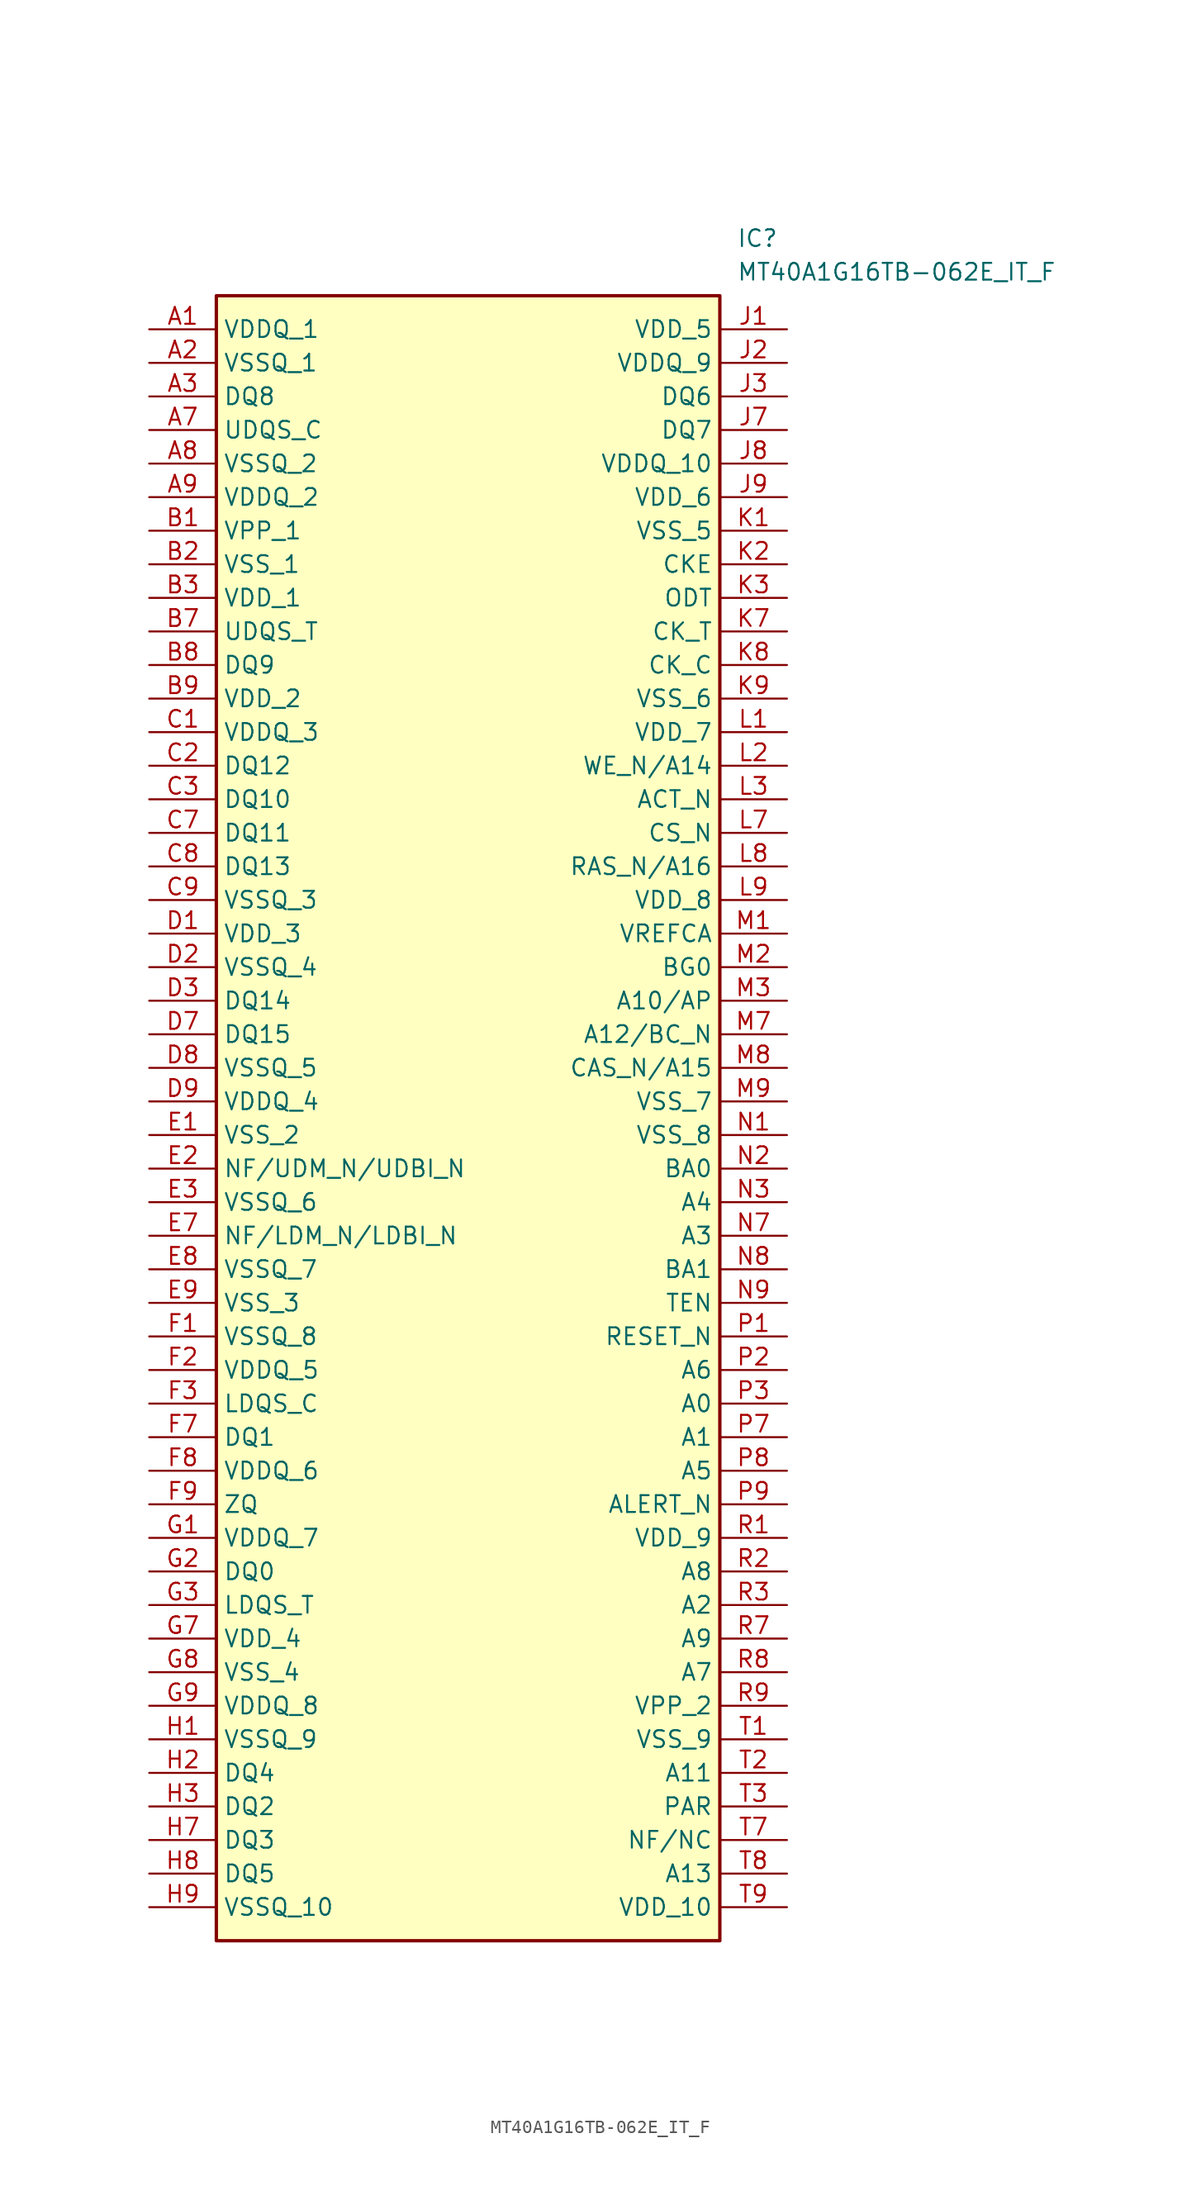
<source format=kicad_sym>
(kicad_symbol_lib
  (version 20211014)
  (generator SamacSys_ECAD_Model)
  (symbol "MT40A1G16TB-062E_IT_F"
    (property "Reference" "IC"
      (at 44.45 7.62 0)
      (effects (font (size 1.27 1.27)) (justify left top)))
    (property "Value" "MT40A1G16TB-062E_IT_F"
      (at 44.45 5.08 0)
      (effects (font (size 1.27 1.27)) (justify left top)))
    (rectangle
      (start 5.08 2.54)
      (end 43.18 -121.92)
      (stroke (width 0.254) (type default))
      (fill (type background)))
    (pin passive line
      (at 0 0 0)
      (length 5.08)
      (name "VDDQ_1" (effects (font (size 1.27 1.27))))
      (number "A1" (effects (font (size 1.27 1.27)))))
    (pin passive line
      (at 0 -2.54 0)
      (length 5.08)
      (name "VSSQ_1" (effects (font (size 1.27 1.27))))
      (number "A2" (effects (font (size 1.27 1.27)))))
    (pin passive line
      (at 0 -5.08 0)
      (length 5.08)
      (name "DQ8" (effects (font (size 1.27 1.27))))
      (number "A3" (effects (font (size 1.27 1.27)))))
    (pin passive line
      (at 0 -7.62 0)
      (length 5.08)
      (name "UDQS_C" (effects (font (size 1.27 1.27))))
      (number "A7" (effects (font (size 1.27 1.27)))))
    (pin passive line
      (at 0 -10.16 0)
      (length 5.08)
      (name "VSSQ_2" (effects (font (size 1.27 1.27))))
      (number "A8" (effects (font (size 1.27 1.27)))))
    (pin passive line
      (at 0 -12.7 0)
      (length 5.08)
      (name "VDDQ_2" (effects (font (size 1.27 1.27))))
      (number "A9" (effects (font (size 1.27 1.27)))))
    (pin passive line
      (at 0 -15.24 0)
      (length 5.08)
      (name "VPP_1" (effects (font (size 1.27 1.27))))
      (number "B1" (effects (font (size 1.27 1.27)))))
    (pin passive line
      (at 0 -17.78 0)
      (length 5.08)
      (name "VSS_1" (effects (font (size 1.27 1.27))))
      (number "B2" (effects (font (size 1.27 1.27)))))
    (pin passive line
      (at 0 -20.32 0)
      (length 5.08)
      (name "VDD_1" (effects (font (size 1.27 1.27))))
      (number "B3" (effects (font (size 1.27 1.27)))))
    (pin passive line
      (at 0 -22.86 0)
      (length 5.08)
      (name "UDQS_T" (effects (font (size 1.27 1.27))))
      (number "B7" (effects (font (size 1.27 1.27)))))
    (pin passive line
      (at 0 -25.4 0)
      (length 5.08)
      (name "DQ9" (effects (font (size 1.27 1.27))))
      (number "B8" (effects (font (size 1.27 1.27)))))
    (pin passive line
      (at 0 -27.94 0)
      (length 5.08)
      (name "VDD_2" (effects (font (size 1.27 1.27))))
      (number "B9" (effects (font (size 1.27 1.27)))))
    (pin passive line
      (at 0 -30.48 0)
      (length 5.08)
      (name "VDDQ_3" (effects (font (size 1.27 1.27))))
      (number "C1" (effects (font (size 1.27 1.27)))))
    (pin passive line
      (at 0 -33.02 0)
      (length 5.08)
      (name "DQ12" (effects (font (size 1.27 1.27))))
      (number "C2" (effects (font (size 1.27 1.27)))))
    (pin passive line
      (at 0 -35.56 0)
      (length 5.08)
      (name "DQ10" (effects (font (size 1.27 1.27))))
      (number "C3" (effects (font (size 1.27 1.27)))))
    (pin passive line
      (at 0 -38.1 0)
      (length 5.08)
      (name "DQ11" (effects (font (size 1.27 1.27))))
      (number "C7" (effects (font (size 1.27 1.27)))))
    (pin passive line
      (at 0 -40.64 0)
      (length 5.08)
      (name "DQ13" (effects (font (size 1.27 1.27))))
      (number "C8" (effects (font (size 1.27 1.27)))))
    (pin passive line
      (at 0 -43.18 0)
      (length 5.08)
      (name "VSSQ_3" (effects (font (size 1.27 1.27))))
      (number "C9" (effects (font (size 1.27 1.27)))))
    (pin passive line
      (at 0 -45.72 0)
      (length 5.08)
      (name "VDD_3" (effects (font (size 1.27 1.27))))
      (number "D1" (effects (font (size 1.27 1.27)))))
    (pin passive line
      (at 0 -48.26 0)
      (length 5.08)
      (name "VSSQ_4" (effects (font (size 1.27 1.27))))
      (number "D2" (effects (font (size 1.27 1.27)))))
    (pin passive line
      (at 0 -50.8 0)
      (length 5.08)
      (name "DQ14" (effects (font (size 1.27 1.27))))
      (number "D3" (effects (font (size 1.27 1.27)))))
    (pin passive line
      (at 0 -53.34 0)
      (length 5.08)
      (name "DQ15" (effects (font (size 1.27 1.27))))
      (number "D7" (effects (font (size 1.27 1.27)))))
    (pin passive line
      (at 0 -55.88 0)
      (length 5.08)
      (name "VSSQ_5" (effects (font (size 1.27 1.27))))
      (number "D8" (effects (font (size 1.27 1.27)))))
    (pin passive line
      (at 0 -58.42 0)
      (length 5.08)
      (name "VDDQ_4" (effects (font (size 1.27 1.27))))
      (number "D9" (effects (font (size 1.27 1.27)))))
    (pin passive line
      (at 0 -60.96 0)
      (length 5.08)
      (name "VSS_2" (effects (font (size 1.27 1.27))))
      (number "E1" (effects (font (size 1.27 1.27)))))
    (pin passive line
      (at 0 -63.5 0)
      (length 5.08)
      (name "NF/UDM_N/UDBI_N" (effects (font (size 1.27 1.27))))
      (number "E2" (effects (font (size 1.27 1.27)))))
    (pin passive line
      (at 0 -66.04 0)
      (length 5.08)
      (name "VSSQ_6" (effects (font (size 1.27 1.27))))
      (number "E3" (effects (font (size 1.27 1.27)))))
    (pin passive line
      (at 0 -68.58 0)
      (length 5.08)
      (name "NF/LDM_N/LDBI_N" (effects (font (size 1.27 1.27))))
      (number "E7" (effects (font (size 1.27 1.27)))))
    (pin passive line
      (at 0 -71.12 0)
      (length 5.08)
      (name "VSSQ_7" (effects (font (size 1.27 1.27))))
      (number "E8" (effects (font (size 1.27 1.27)))))
    (pin passive line
      (at 0 -73.66 0)
      (length 5.08)
      (name "VSS_3" (effects (font (size 1.27 1.27))))
      (number "E9" (effects (font (size 1.27 1.27)))))
    (pin passive line
      (at 0 -76.2 0)
      (length 5.08)
      (name "VSSQ_8" (effects (font (size 1.27 1.27))))
      (number "F1" (effects (font (size 1.27 1.27)))))
    (pin passive line
      (at 0 -78.74 0)
      (length 5.08)
      (name "VDDQ_5" (effects (font (size 1.27 1.27))))
      (number "F2" (effects (font (size 1.27 1.27)))))
    (pin passive line
      (at 0 -81.28 0)
      (length 5.08)
      (name "LDQS_C" (effects (font (size 1.27 1.27))))
      (number "F3" (effects (font (size 1.27 1.27)))))
    (pin passive line
      (at 0 -83.82 0)
      (length 5.08)
      (name "DQ1" (effects (font (size 1.27 1.27))))
      (number "F7" (effects (font (size 1.27 1.27)))))
    (pin passive line
      (at 0 -86.36 0)
      (length 5.08)
      (name "VDDQ_6" (effects (font (size 1.27 1.27))))
      (number "F8" (effects (font (size 1.27 1.27)))))
    (pin passive line
      (at 0 -88.9 0)
      (length 5.08)
      (name "ZQ" (effects (font (size 1.27 1.27))))
      (number "F9" (effects (font (size 1.27 1.27)))))
    (pin passive line
      (at 0 -91.44 0)
      (length 5.08)
      (name "VDDQ_7" (effects (font (size 1.27 1.27))))
      (number "G1" (effects (font (size 1.27 1.27)))))
    (pin passive line
      (at 0 -93.98 0)
      (length 5.08)
      (name "DQ0" (effects (font (size 1.27 1.27))))
      (number "G2" (effects (font (size 1.27 1.27)))))
    (pin passive line
      (at 0 -96.52 0)
      (length 5.08)
      (name "LDQS_T" (effects (font (size 1.27 1.27))))
      (number "G3" (effects (font (size 1.27 1.27)))))
    (pin passive line
      (at 0 -99.06 0)
      (length 5.08)
      (name "VDD_4" (effects (font (size 1.27 1.27))))
      (number "G7" (effects (font (size 1.27 1.27)))))
    (pin passive line
      (at 0 -101.6 0)
      (length 5.08)
      (name "VSS_4" (effects (font (size 1.27 1.27))))
      (number "G8" (effects (font (size 1.27 1.27)))))
    (pin passive line
      (at 0 -104.14 0)
      (length 5.08)
      (name "VDDQ_8" (effects (font (size 1.27 1.27))))
      (number "G9" (effects (font (size 1.27 1.27)))))
    (pin passive line
      (at 0 -106.68 0)
      (length 5.08)
      (name "VSSQ_9" (effects (font (size 1.27 1.27))))
      (number "H1" (effects (font (size 1.27 1.27)))))
    (pin passive line
      (at 0 -109.22 0)
      (length 5.08)
      (name "DQ4" (effects (font (size 1.27 1.27))))
      (number "H2" (effects (font (size 1.27 1.27)))))
    (pin passive line
      (at 0 -111.76 0)
      (length 5.08)
      (name "DQ2" (effects (font (size 1.27 1.27))))
      (number "H3" (effects (font (size 1.27 1.27)))))
    (pin passive line
      (at 0 -114.3 0)
      (length 5.08)
      (name "DQ3" (effects (font (size 1.27 1.27))))
      (number "H7" (effects (font (size 1.27 1.27)))))
    (pin passive line
      (at 0 -116.84 0)
      (length 5.08)
      (name "DQ5" (effects (font (size 1.27 1.27))))
      (number "H8" (effects (font (size 1.27 1.27)))))
    (pin passive line
      (at 0 -119.38 0)
      (length 5.08)
      (name "VSSQ_10" (effects (font (size 1.27 1.27))))
      (number "H9" (effects (font (size 1.27 1.27)))))
    (pin passive line
      (at 48.26 0 180)
      (length 5.08)
      (name "VDD_5" (effects (font (size 1.27 1.27))))
      (number "J1" (effects (font (size 1.27 1.27)))))
    (pin passive line
      (at 48.26 -2.54 180)
      (length 5.08)
      (name "VDDQ_9" (effects (font (size 1.27 1.27))))
      (number "J2" (effects (font (size 1.27 1.27)))))
    (pin passive line
      (at 48.26 -5.08 180)
      (length 5.08)
      (name "DQ6" (effects (font (size 1.27 1.27))))
      (number "J3" (effects (font (size 1.27 1.27)))))
    (pin passive line
      (at 48.26 -7.62 180)
      (length 5.08)
      (name "DQ7" (effects (font (size 1.27 1.27))))
      (number "J7" (effects (font (size 1.27 1.27)))))
    (pin passive line
      (at 48.26 -10.16 180)
      (length 5.08)
      (name "VDDQ_10" (effects (font (size 1.27 1.27))))
      (number "J8" (effects (font (size 1.27 1.27)))))
    (pin passive line
      (at 48.26 -12.7 180)
      (length 5.08)
      (name "VDD_6" (effects (font (size 1.27 1.27))))
      (number "J9" (effects (font (size 1.27 1.27)))))
    (pin passive line
      (at 48.26 -15.24 180)
      (length 5.08)
      (name "VSS_5" (effects (font (size 1.27 1.27))))
      (number "K1" (effects (font (size 1.27 1.27)))))
    (pin passive line
      (at 48.26 -17.78 180)
      (length 5.08)
      (name "CKE" (effects (font (size 1.27 1.27))))
      (number "K2" (effects (font (size 1.27 1.27)))))
    (pin passive line
      (at 48.26 -20.32 180)
      (length 5.08)
      (name "ODT" (effects (font (size 1.27 1.27))))
      (number "K3" (effects (font (size 1.27 1.27)))))
    (pin passive line
      (at 48.26 -22.86 180)
      (length 5.08)
      (name "CK_T" (effects (font (size 1.27 1.27))))
      (number "K7" (effects (font (size 1.27 1.27)))))
    (pin passive line
      (at 48.26 -25.4 180)
      (length 5.08)
      (name "CK_C" (effects (font (size 1.27 1.27))))
      (number "K8" (effects (font (size 1.27 1.27)))))
    (pin passive line
      (at 48.26 -27.94 180)
      (length 5.08)
      (name "VSS_6" (effects (font (size 1.27 1.27))))
      (number "K9" (effects (font (size 1.27 1.27)))))
    (pin passive line
      (at 48.26 -30.48 180)
      (length 5.08)
      (name "VDD_7" (effects (font (size 1.27 1.27))))
      (number "L1" (effects (font (size 1.27 1.27)))))
    (pin passive line
      (at 48.26 -33.02 180)
      (length 5.08)
      (name "WE_N/A14" (effects (font (size 1.27 1.27))))
      (number "L2" (effects (font (size 1.27 1.27)))))
    (pin passive line
      (at 48.26 -35.56 180)
      (length 5.08)
      (name "ACT_N" (effects (font (size 1.27 1.27))))
      (number "L3" (effects (font (size 1.27 1.27)))))
    (pin passive line
      (at 48.26 -38.1 180)
      (length 5.08)
      (name "CS_N" (effects (font (size 1.27 1.27))))
      (number "L7" (effects (font (size 1.27 1.27)))))
    (pin passive line
      (at 48.26 -40.64 180)
      (length 5.08)
      (name "RAS_N/A16" (effects (font (size 1.27 1.27))))
      (number "L8" (effects (font (size 1.27 1.27)))))
    (pin passive line
      (at 48.26 -43.18 180)
      (length 5.08)
      (name "VDD_8" (effects (font (size 1.27 1.27))))
      (number "L9" (effects (font (size 1.27 1.27)))))
    (pin passive line
      (at 48.26 -45.72 180)
      (length 5.08)
      (name "VREFCA" (effects (font (size 1.27 1.27))))
      (number "M1" (effects (font (size 1.27 1.27)))))
    (pin passive line
      (at 48.26 -48.26 180)
      (length 5.08)
      (name "BG0" (effects (font (size 1.27 1.27))))
      (number "M2" (effects (font (size 1.27 1.27)))))
    (pin passive line
      (at 48.26 -50.8 180)
      (length 5.08)
      (name "A10/AP" (effects (font (size 1.27 1.27))))
      (number "M3" (effects (font (size 1.27 1.27)))))
    (pin passive line
      (at 48.26 -53.34 180)
      (length 5.08)
      (name "A12/BC_N" (effects (font (size 1.27 1.27))))
      (number "M7" (effects (font (size 1.27 1.27)))))
    (pin passive line
      (at 48.26 -55.88 180)
      (length 5.08)
      (name "CAS_N/A15" (effects (font (size 1.27 1.27))))
      (number "M8" (effects (font (size 1.27 1.27)))))
    (pin passive line
      (at 48.26 -58.42 180)
      (length 5.08)
      (name "VSS_7" (effects (font (size 1.27 1.27))))
      (number "M9" (effects (font (size 1.27 1.27)))))
    (pin passive line
      (at 48.26 -60.96 180)
      (length 5.08)
      (name "VSS_8" (effects (font (size 1.27 1.27))))
      (number "N1" (effects (font (size 1.27 1.27)))))
    (pin passive line
      (at 48.26 -63.5 180)
      (length 5.08)
      (name "BA0" (effects (font (size 1.27 1.27))))
      (number "N2" (effects (font (size 1.27 1.27)))))
    (pin passive line
      (at 48.26 -66.04 180)
      (length 5.08)
      (name "A4" (effects (font (size 1.27 1.27))))
      (number "N3" (effects (font (size 1.27 1.27)))))
    (pin passive line
      (at 48.26 -68.58 180)
      (length 5.08)
      (name "A3" (effects (font (size 1.27 1.27))))
      (number "N7" (effects (font (size 1.27 1.27)))))
    (pin passive line
      (at 48.26 -71.12 180)
      (length 5.08)
      (name "BA1" (effects (font (size 1.27 1.27))))
      (number "N8" (effects (font (size 1.27 1.27)))))
    (pin passive line
      (at 48.26 -73.66 180)
      (length 5.08)
      (name "TEN" (effects (font (size 1.27 1.27))))
      (number "N9" (effects (font (size 1.27 1.27)))))
    (pin passive line
      (at 48.26 -76.2 180)
      (length 5.08)
      (name "RESET_N" (effects (font (size 1.27 1.27))))
      (number "P1" (effects (font (size 1.27 1.27)))))
    (pin passive line
      (at 48.26 -78.74 180)
      (length 5.08)
      (name "A6" (effects (font (size 1.27 1.27))))
      (number "P2" (effects (font (size 1.27 1.27)))))
    (pin passive line
      (at 48.26 -81.28 180)
      (length 5.08)
      (name "A0" (effects (font (size 1.27 1.27))))
      (number "P3" (effects (font (size 1.27 1.27)))))
    (pin passive line
      (at 48.26 -83.82 180)
      (length 5.08)
      (name "A1" (effects (font (size 1.27 1.27))))
      (number "P7" (effects (font (size 1.27 1.27)))))
    (pin passive line
      (at 48.26 -86.36 180)
      (length 5.08)
      (name "A5" (effects (font (size 1.27 1.27))))
      (number "P8" (effects (font (size 1.27 1.27)))))
    (pin passive line
      (at 48.26 -88.9 180)
      (length 5.08)
      (name "ALERT_N" (effects (font (size 1.27 1.27))))
      (number "P9" (effects (font (size 1.27 1.27)))))
    (pin passive line
      (at 48.26 -91.44 180)
      (length 5.08)
      (name "VDD_9" (effects (font (size 1.27 1.27))))
      (number "R1" (effects (font (size 1.27 1.27)))))
    (pin passive line
      (at 48.26 -93.98 180)
      (length 5.08)
      (name "A8" (effects (font (size 1.27 1.27))))
      (number "R2" (effects (font (size 1.27 1.27)))))
    (pin passive line
      (at 48.26 -96.52 180)
      (length 5.08)
      (name "A2" (effects (font (size 1.27 1.27))))
      (number "R3" (effects (font (size 1.27 1.27)))))
    (pin passive line
      (at 48.26 -99.06 180)
      (length 5.08)
      (name "A9" (effects (font (size 1.27 1.27))))
      (number "R7" (effects (font (size 1.27 1.27)))))
    (pin passive line
      (at 48.26 -101.6 180)
      (length 5.08)
      (name "A7" (effects (font (size 1.27 1.27))))
      (number "R8" (effects (font (size 1.27 1.27)))))
    (pin passive line
      (at 48.26 -104.14 180)
      (length 5.08)
      (name "VPP_2" (effects (font (size 1.27 1.27))))
      (number "R9" (effects (font (size 1.27 1.27)))))
    (pin passive line
      (at 48.26 -106.68 180)
      (length 5.08)
      (name "VSS_9" (effects (font (size 1.27 1.27))))
      (number "T1" (effects (font (size 1.27 1.27)))))
    (pin passive line
      (at 48.26 -109.22 180)
      (length 5.08)
      (name "A11" (effects (font (size 1.27 1.27))))
      (number "T2" (effects (font (size 1.27 1.27)))))
    (pin passive line
      (at 48.26 -111.76 180)
      (length 5.08)
      (name "PAR" (effects (font (size 1.27 1.27))))
      (number "T3" (effects (font (size 1.27 1.27)))))
    (pin passive line
      (at 48.26 -114.3 180)
      (length 5.08)
      (name "NF/NC" (effects (font (size 1.27 1.27))))
      (number "T7" (effects (font (size 1.27 1.27)))))
    (pin passive line
      (at 48.26 -116.84 180)
      (length 5.08)
      (name "A13" (effects (font (size 1.27 1.27))))
      (number "T8" (effects (font (size 1.27 1.27)))))
    (pin passive line
      (at 48.26 -119.38 180)
      (length 5.08)
      (name "VDD_10" (effects (font (size 1.27 1.27))))
      (number "T9" (effects (font (size 1.27 1.27)))))))
</source>
